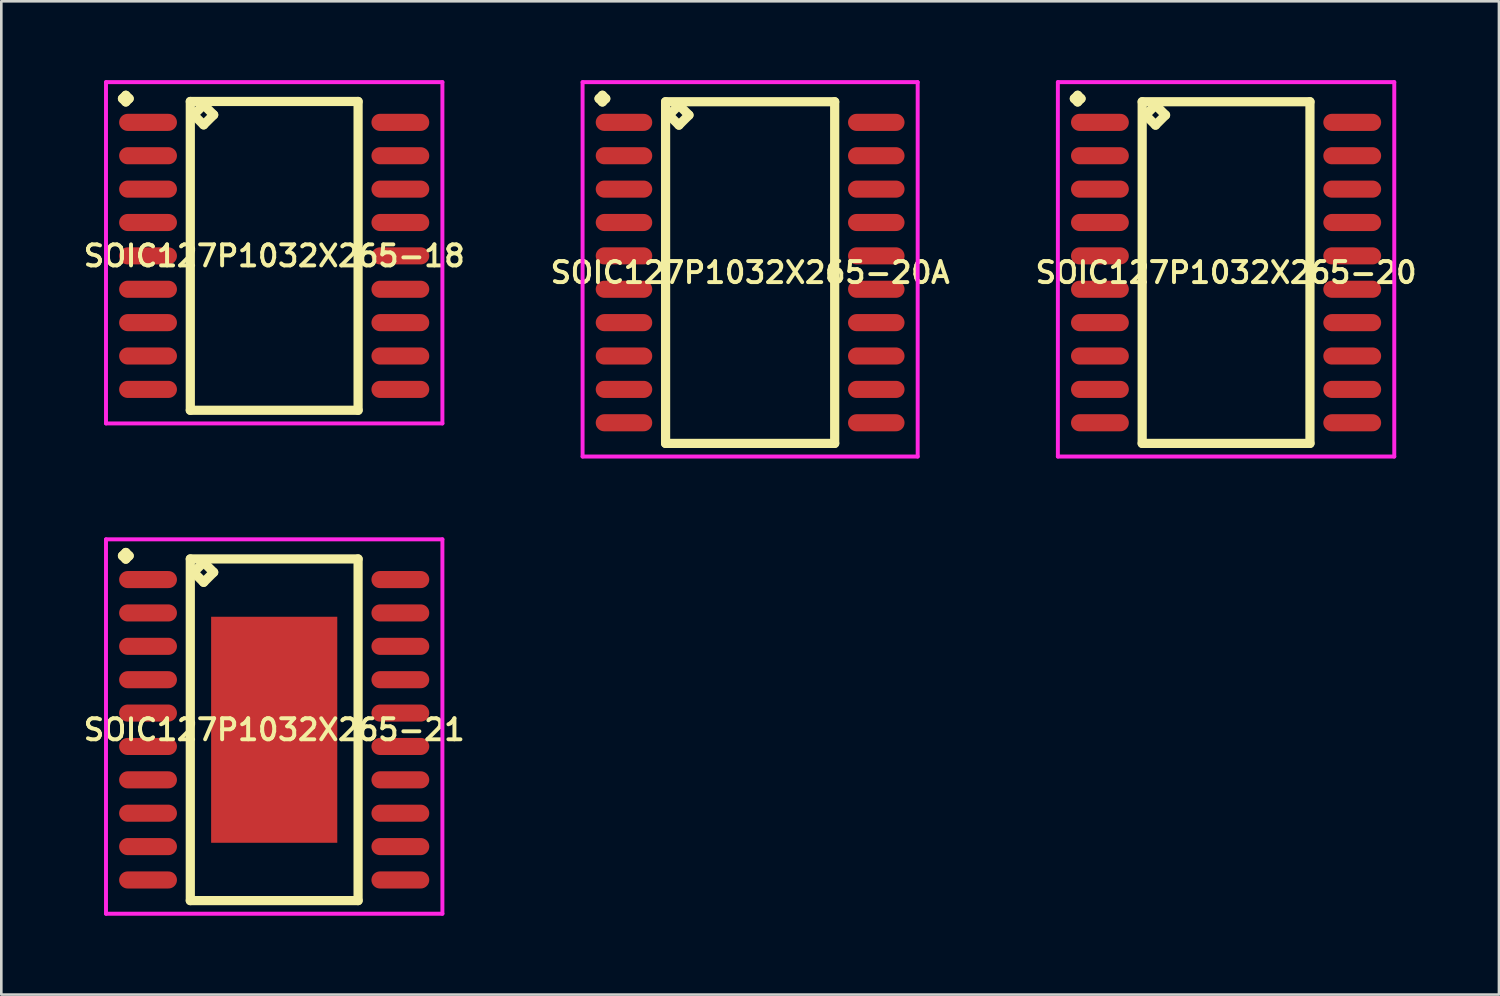
<source format=kicad_pcb>
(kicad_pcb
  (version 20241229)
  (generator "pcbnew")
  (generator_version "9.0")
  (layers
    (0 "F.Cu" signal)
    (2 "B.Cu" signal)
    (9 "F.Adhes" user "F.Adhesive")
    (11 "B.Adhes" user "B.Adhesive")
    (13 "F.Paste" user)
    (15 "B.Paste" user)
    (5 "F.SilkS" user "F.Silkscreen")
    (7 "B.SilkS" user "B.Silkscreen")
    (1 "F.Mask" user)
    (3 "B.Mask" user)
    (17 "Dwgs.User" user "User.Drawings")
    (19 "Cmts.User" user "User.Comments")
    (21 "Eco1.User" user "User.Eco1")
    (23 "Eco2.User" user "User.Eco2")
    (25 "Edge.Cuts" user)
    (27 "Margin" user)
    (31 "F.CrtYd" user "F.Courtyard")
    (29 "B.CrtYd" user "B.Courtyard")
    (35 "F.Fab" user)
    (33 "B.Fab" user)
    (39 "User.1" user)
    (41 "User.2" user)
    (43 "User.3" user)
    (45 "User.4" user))
  (footprint "SOIC127P1032X265-20A"
    (layer "F.Cu")
    (at 25.492 7.321)
    (property "Reference" "SOIC127P1032X265-20A" (at 0 0 0) (layer "F.SilkS") (effects (font (size 0.8 0.8) (thickness 0.15))))
    (attr smd)
    (fp_line (start -5.748 -6.619) (end -5.621 -6.746) (stroke (width 0.35) (type solid)) (layer "F.SilkS"))
    (fp_line (start -5.621 -6.746) (end -5.494 -6.619) (stroke (width 0.35) (type solid)) (layer "F.SilkS"))
    (fp_line (start -5.621 -6.492) (end -5.748 -6.619) (stroke (width 0.35) (type solid)) (layer "F.SilkS"))
    (fp_line (start -5.494 -6.619) (end -5.621 -6.492) (stroke (width 0.35) (type solid)) (layer "F.SilkS"))
    (fp_line (start -3.217 -6.5) (end -3.217 6.5) (stroke (width 0.35) (type solid)) (layer "F.SilkS"))
    (fp_line (start -3.217 6.5) (end 3.217 6.5) (stroke (width 0.35) (type solid)) (layer "F.SilkS"))
    (fp_line (start -3.09 -5.992) (end -2.709 -6.373) (stroke (width 0.35) (type solid)) (layer "F.SilkS"))
    (fp_line (start -2.709 -6.373) (end -2.328 -5.992) (stroke (width 0.35) (type solid)) (layer "F.SilkS"))
    (fp_line (start -2.709 -5.611) (end -3.09 -5.992) (stroke (width 0.35) (type solid)) (layer "F.SilkS"))
    (fp_line (start -2.328 -5.992) (end -2.709 -5.611) (stroke (width 0.35) (type solid)) (layer "F.SilkS"))
    (fp_line (start 3.217 -6.5) (end -3.217 -6.5) (stroke (width 0.35) (type solid)) (layer "F.SilkS"))
    (fp_line (start 3.217 6.5) (end 3.217 -6.5) (stroke (width 0.35) (type solid)) (layer "F.SilkS"))
    (fp_line (start -6.375 -7.246) (end 6.375 -7.246) (stroke (width 0.15) (type solid)) (layer "F.CrtYd"))
    (fp_line (start -6.375 7) (end -6.375 -7.246) (stroke (width 0.15) (type solid)) (layer "F.CrtYd"))
    (fp_line (start 6.375 -7.246) (end 6.375 7) (stroke (width 0.15) (type solid)) (layer "F.CrtYd"))
    (fp_line (start 6.375 7) (end -6.375 7) (stroke (width 0.15) (type solid)) (layer "F.CrtYd"))
    (pad "1" smd oval (at -4.8 -5.715) (size 2.15 0.65) (layers "F.Cu" "F.Mask" "F.Paste"))
    (pad "2" smd oval (at -4.8 -4.445) (size 2.15 0.65) (layers "F.Cu" "F.Mask" "F.Paste"))
    (pad "3" smd oval (at -4.8 -3.175) (size 2.15 0.65) (layers "F.Cu" "F.Mask" "F.Paste"))
    (pad "4" smd oval (at -4.8 -1.905) (size 2.15 0.65) (layers "F.Cu" "F.Mask" "F.Paste"))
    (pad "5" smd oval (at -4.8 -0.635) (size 2.15 0.65) (layers "F.Cu" "F.Mask" "F.Paste"))
    (pad "6" smd oval (at -4.8 0.635) (size 2.15 0.65) (layers "F.Cu" "F.Mask" "F.Paste"))
    (pad "7" smd oval (at -4.8 1.905) (size 2.15 0.65) (layers "F.Cu" "F.Mask" "F.Paste"))
    (pad "8" smd oval (at -4.8 3.175) (size 2.15 0.65) (layers "F.Cu" "F.Mask" "F.Paste"))
    (pad "9" smd oval (at -4.8 4.445) (size 2.15 0.65) (layers "F.Cu" "F.Mask" "F.Paste"))
    (pad "10" smd oval (at -4.8 5.715) (size 2.15 0.65) (layers "F.Cu" "F.Mask" "F.Paste"))
    (pad "11" smd oval (at 4.8 5.715) (size 2.15 0.65) (layers "F.Cu" "F.Mask" "F.Paste"))
    (pad "12" smd oval (at 4.8 4.445) (size 2.15 0.65) (layers "F.Cu" "F.Mask" "F.Paste"))
    (pad "13" smd oval (at 4.8 3.175) (size 2.15 0.65) (layers "F.Cu" "F.Mask" "F.Paste"))
    (pad "14" smd oval (at 4.8 1.905) (size 2.15 0.65) (layers "F.Cu" "F.Mask" "F.Paste"))
    (pad "15" smd oval (at 4.8 0.635) (size 2.15 0.65) (layers "F.Cu" "F.Mask" "F.Paste"))
    (pad "16" smd oval (at 4.8 -0.635) (size 2.15 0.65) (layers "F.Cu" "F.Mask" "F.Paste"))
    (pad "17" smd oval (at 4.8 -1.905) (size 2.15 0.65) (layers "F.Cu" "F.Mask" "F.Paste"))
    (pad "18" smd oval (at 4.8 -3.175) (size 2.15 0.65) (layers "F.Cu" "F.Mask" "F.Paste"))
    (pad "19" smd oval (at 4.8 -4.445) (size 2.15 0.65) (layers "F.Cu" "F.Mask" "F.Paste"))
    (pad "20" smd oval (at 4.8 -5.715) (size 2.15 0.65) (layers "F.Cu" "F.Mask" "F.Paste")))
  (footprint "SOIC127P1032X265-18"
    (layer "F.Cu")
    (at 7.383 6.686)
    (property "Reference" "SOIC127P1032X265-18" (at 0 0 0) (layer "F.SilkS") (effects (font (size 0.8 0.8) (thickness 0.15))))
    (attr smd)
    (fp_line (start -5.773 -5.984) (end -5.646 -6.111) (stroke (width 0.35) (type solid)) (layer "F.SilkS"))
    (fp_line (start -5.646 -6.111) (end -5.519 -5.984) (stroke (width 0.35) (type solid)) (layer "F.SilkS"))
    (fp_line (start -5.646 -5.857) (end -5.773 -5.984) (stroke (width 0.35) (type solid)) (layer "F.SilkS"))
    (fp_line (start -5.519 -5.984) (end -5.646 -5.857) (stroke (width 0.35) (type solid)) (layer "F.SilkS"))
    (fp_line (start -3.192 -5.875) (end -3.192 5.875) (stroke (width 0.35) (type solid)) (layer "F.SilkS"))
    (fp_line (start -3.192 5.875) (end 3.192 5.875) (stroke (width 0.35) (type solid)) (layer "F.SilkS"))
    (fp_line (start -3.065 -5.367) (end -2.684 -5.748) (stroke (width 0.35) (type solid)) (layer "F.SilkS"))
    (fp_line (start -2.684 -5.748) (end -2.303 -5.367) (stroke (width 0.35) (type solid)) (layer "F.SilkS"))
    (fp_line (start -2.684 -4.986) (end -3.065 -5.367) (stroke (width 0.35) (type solid)) (layer "F.SilkS"))
    (fp_line (start -2.303 -5.367) (end -2.684 -4.986) (stroke (width 0.35) (type solid)) (layer "F.SilkS"))
    (fp_line (start 3.192 -5.875) (end -3.192 -5.875) (stroke (width 0.35) (type solid)) (layer "F.SilkS"))
    (fp_line (start 3.192 5.875) (end 3.192 -5.875) (stroke (width 0.35) (type solid)) (layer "F.SilkS"))
    (fp_line (start -6.4 -6.611) (end 6.4 -6.611) (stroke (width 0.15) (type solid)) (layer "F.CrtYd"))
    (fp_line (start -6.4 6.375) (end -6.4 -6.611) (stroke (width 0.15) (type solid)) (layer "F.CrtYd"))
    (fp_line (start 6.4 -6.611) (end 6.4 6.375) (stroke (width 0.15) (type solid)) (layer "F.CrtYd"))
    (fp_line (start 6.4 6.375) (end -6.4 6.375) (stroke (width 0.15) (type solid)) (layer "F.CrtYd"))
    (pad "1" smd oval (at -4.8 -5.08) (size 2.2 0.65) (layers "F.Cu" "F.Mask" "F.Paste"))
    (pad "2" smd oval (at -4.8 -3.81) (size 2.2 0.65) (layers "F.Cu" "F.Mask" "F.Paste"))
    (pad "3" smd oval (at -4.8 -2.54) (size 2.2 0.65) (layers "F.Cu" "F.Mask" "F.Paste"))
    (pad "4" smd oval (at -4.8 -1.27) (size 2.2 0.65) (layers "F.Cu" "F.Mask" "F.Paste"))
    (pad "5" smd oval (at -4.8 0) (size 2.2 0.65) (layers "F.Cu" "F.Mask" "F.Paste"))
    (pad "6" smd oval (at -4.8 1.27) (size 2.2 0.65) (layers "F.Cu" "F.Mask" "F.Paste"))
    (pad "7" smd oval (at -4.8 2.54) (size 2.2 0.65) (layers "F.Cu" "F.Mask" "F.Paste"))
    (pad "8" smd oval (at -4.8 3.81) (size 2.2 0.65) (layers "F.Cu" "F.Mask" "F.Paste"))
    (pad "9" smd oval (at -4.8 5.08) (size 2.2 0.65) (layers "F.Cu" "F.Mask" "F.Paste"))
    (pad "10" smd oval (at 4.8 5.08) (size 2.2 0.65) (layers "F.Cu" "F.Mask" "F.Paste"))
    (pad "11" smd oval (at 4.8 3.81) (size 2.2 0.65) (layers "F.Cu" "F.Mask" "F.Paste"))
    (pad "12" smd oval (at 4.8 2.54) (size 2.2 0.65) (layers "F.Cu" "F.Mask" "F.Paste"))
    (pad "13" smd oval (at 4.8 1.27) (size 2.2 0.65) (layers "F.Cu" "F.Mask" "F.Paste"))
    (pad "14" smd oval (at 4.8 0) (size 2.2 0.65) (layers "F.Cu" "F.Mask" "F.Paste"))
    (pad "15" smd oval (at 4.8 -1.27) (size 2.2 0.65) (layers "F.Cu" "F.Mask" "F.Paste"))
    (pad "16" smd oval (at 4.8 -2.54) (size 2.2 0.65) (layers "F.Cu" "F.Mask" "F.Paste"))
    (pad "17" smd oval (at 4.8 -3.81) (size 2.2 0.65) (layers "F.Cu" "F.Mask" "F.Paste"))
    (pad "18" smd oval (at 4.8 -5.08) (size 2.2 0.65) (layers "F.Cu" "F.Mask" "F.Paste")))
  (footprint "SOIC127P1032X265-21"
    (layer "F.Cu")
    (at 7.383 24.717)
    (property "Reference" "SOIC127P1032X265-21" (at 0 0 0) (layer "F.SilkS") (effects (font (size 0.8 0.8) (thickness 0.15))))
    (attr smd)
    (fp_line (start -5.773 -6.619) (end -5.646 -6.746) (stroke (width 0.35) (type solid)) (layer "F.SilkS"))
    (fp_line (start -5.646 -6.746) (end -5.519 -6.619) (stroke (width 0.35) (type solid)) (layer "F.SilkS"))
    (fp_line (start -5.646 -6.492) (end -5.773 -6.619) (stroke (width 0.35) (type solid)) (layer "F.SilkS"))
    (fp_line (start -5.519 -6.619) (end -5.646 -6.492) (stroke (width 0.35) (type solid)) (layer "F.SilkS"))
    (fp_line (start -3.192 -6.5) (end -3.192 6.5) (stroke (width 0.35) (type solid)) (layer "F.SilkS"))
    (fp_line (start -3.192 6.5) (end 3.192 6.5) (stroke (width 0.35) (type solid)) (layer "F.SilkS"))
    (fp_line (start -3.065 -5.992) (end -2.684 -6.373) (stroke (width 0.35) (type solid)) (layer "F.SilkS"))
    (fp_line (start -2.684 -6.373) (end -2.303 -5.992) (stroke (width 0.35) (type solid)) (layer "F.SilkS"))
    (fp_line (start -2.684 -5.611) (end -3.065 -5.992) (stroke (width 0.35) (type solid)) (layer "F.SilkS"))
    (fp_line (start -2.303 -5.992) (end -2.684 -5.611) (stroke (width 0.35) (type solid)) (layer "F.SilkS"))
    (fp_line (start 3.192 -6.5) (end -3.192 -6.5) (stroke (width 0.35) (type solid)) (layer "F.SilkS"))
    (fp_line (start 3.192 6.5) (end 3.192 -6.5) (stroke (width 0.35) (type solid)) (layer "F.SilkS"))
    (fp_line (start -6.4 -7.246) (end 6.4 -7.246) (stroke (width 0.15) (type solid)) (layer "F.CrtYd"))
    (fp_line (start -6.4 7) (end -6.4 -7.246) (stroke (width 0.15) (type solid)) (layer "F.CrtYd"))
    (fp_line (start 6.4 -7.246) (end 6.4 7) (stroke (width 0.15) (type solid)) (layer "F.CrtYd"))
    (fp_line (start 6.4 7) (end -6.4 7) (stroke (width 0.15) (type solid)) (layer "F.CrtYd"))
    (pad "1" smd oval (at -4.8 -5.715) (size 2.2 0.65) (layers "F.Cu" "F.Mask" "F.Paste"))
    (pad "2" smd oval (at -4.8 -4.445) (size 2.2 0.65) (layers "F.Cu" "F.Mask" "F.Paste"))
    (pad "3" smd oval (at -4.8 -3.175) (size 2.2 0.65) (layers "F.Cu" "F.Mask" "F.Paste"))
    (pad "4" smd oval (at -4.8 -1.905) (size 2.2 0.65) (layers "F.Cu" "F.Mask" "F.Paste"))
    (pad "5" smd oval (at -4.8 -0.635) (size 2.2 0.65) (layers "F.Cu" "F.Mask" "F.Paste"))
    (pad "6" smd oval (at -4.8 0.635) (size 2.2 0.65) (layers "F.Cu" "F.Mask" "F.Paste"))
    (pad "7" smd oval (at -4.8 1.905) (size 2.2 0.65) (layers "F.Cu" "F.Mask" "F.Paste"))
    (pad "8" smd oval (at -4.8 3.175) (size 2.2 0.65) (layers "F.Cu" "F.Mask" "F.Paste"))
    (pad "9" smd oval (at -4.8 4.445) (size 2.2 0.65) (layers "F.Cu" "F.Mask" "F.Paste"))
    (pad "10" smd oval (at -4.8 5.715) (size 2.2 0.65) (layers "F.Cu" "F.Mask" "F.Paste"))
    (pad "11" smd oval (at 4.8 5.715) (size 2.2 0.65) (layers "F.Cu" "F.Mask" "F.Paste"))
    (pad "12" smd oval (at 4.8 4.445) (size 2.2 0.65) (layers "F.Cu" "F.Mask" "F.Paste"))
    (pad "13" smd oval (at 4.8 3.175) (size 2.2 0.65) (layers "F.Cu" "F.Mask" "F.Paste"))
    (pad "14" smd oval (at 4.8 1.905) (size 2.2 0.65) (layers "F.Cu" "F.Mask" "F.Paste"))
    (pad "15" smd oval (at 4.8 0.635) (size 2.2 0.65) (layers "F.Cu" "F.Mask" "F.Paste"))
    (pad "16" smd oval (at 4.8 -0.635) (size 2.2 0.65) (layers "F.Cu" "F.Mask" "F.Paste"))
    (pad "17" smd oval (at 4.8 -1.905) (size 2.2 0.65) (layers "F.Cu" "F.Mask" "F.Paste"))
    (pad "18" smd oval (at 4.8 -3.175) (size 2.2 0.65) (layers "F.Cu" "F.Mask" "F.Paste"))
    (pad "19" smd oval (at 4.8 -4.445) (size 2.2 0.65) (layers "F.Cu" "F.Mask" "F.Paste"))
    (pad "20" smd oval (at 4.8 -5.715) (size 2.2 0.65) (layers "F.Cu" "F.Mask" "F.Paste"))
    (pad "21" smd rect (at 0 0) (size 4.8 8.6) (layers "F.Cu" "F.Mask" "F.Paste")))
  (footprint "SOIC127P1032X265-20"
    (layer "F.Cu")
    (at 43.601 7.321)
    (property "Reference" "SOIC127P1032X265-20" (at 0 0 0) (layer "F.SilkS") (effects (font (size 0.8 0.8) (thickness 0.15))))
    (attr smd)
    (fp_line (start -5.773 -6.619) (end -5.646 -6.746) (stroke (width 0.35) (type solid)) (layer "F.SilkS"))
    (fp_line (start -5.646 -6.746) (end -5.519 -6.619) (stroke (width 0.35) (type solid)) (layer "F.SilkS"))
    (fp_line (start -5.646 -6.492) (end -5.773 -6.619) (stroke (width 0.35) (type solid)) (layer "F.SilkS"))
    (fp_line (start -5.519 -6.619) (end -5.646 -6.492) (stroke (width 0.35) (type solid)) (layer "F.SilkS"))
    (fp_line (start -3.192 -6.5) (end -3.192 6.5) (stroke (width 0.35) (type solid)) (layer "F.SilkS"))
    (fp_line (start -3.192 6.5) (end 3.192 6.5) (stroke (width 0.35) (type solid)) (layer "F.SilkS"))
    (fp_line (start -3.065 -5.992) (end -2.684 -6.373) (stroke (width 0.35) (type solid)) (layer "F.SilkS"))
    (fp_line (start -2.684 -6.373) (end -2.303 -5.992) (stroke (width 0.35) (type solid)) (layer "F.SilkS"))
    (fp_line (start -2.684 -5.611) (end -3.065 -5.992) (stroke (width 0.35) (type solid)) (layer "F.SilkS"))
    (fp_line (start -2.303 -5.992) (end -2.684 -5.611) (stroke (width 0.35) (type solid)) (layer "F.SilkS"))
    (fp_line (start 3.192 -6.5) (end -3.192 -6.5) (stroke (width 0.35) (type solid)) (layer "F.SilkS"))
    (fp_line (start 3.192 6.5) (end 3.192 -6.5) (stroke (width 0.35) (type solid)) (layer "F.SilkS"))
    (fp_line (start -6.4 -7.246) (end 6.4 -7.246) (stroke (width 0.15) (type solid)) (layer "F.CrtYd"))
    (fp_line (start -6.4 7) (end -6.4 -7.246) (stroke (width 0.15) (type solid)) (layer "F.CrtYd"))
    (fp_line (start 6.4 -7.246) (end 6.4 7) (stroke (width 0.15) (type solid)) (layer "F.CrtYd"))
    (fp_line (start 6.4 7) (end -6.4 7) (stroke (width 0.15) (type solid)) (layer "F.CrtYd"))
    (pad "1" smd oval (at -4.8 -5.715) (size 2.2 0.65) (layers "F.Cu" "F.Mask" "F.Paste"))
    (pad "2" smd oval (at -4.8 -4.445) (size 2.2 0.65) (layers "F.Cu" "F.Mask" "F.Paste"))
    (pad "3" smd oval (at -4.8 -3.175) (size 2.2 0.65) (layers "F.Cu" "F.Mask" "F.Paste"))
    (pad "4" smd oval (at -4.8 -1.905) (size 2.2 0.65) (layers "F.Cu" "F.Mask" "F.Paste"))
    (pad "5" smd oval (at -4.8 -0.635) (size 2.2 0.65) (layers "F.Cu" "F.Mask" "F.Paste"))
    (pad "6" smd oval (at -4.8 0.635) (size 2.2 0.65) (layers "F.Cu" "F.Mask" "F.Paste"))
    (pad "7" smd oval (at -4.8 1.905) (size 2.2 0.65) (layers "F.Cu" "F.Mask" "F.Paste"))
    (pad "8" smd oval (at -4.8 3.175) (size 2.2 0.65) (layers "F.Cu" "F.Mask" "F.Paste"))
    (pad "9" smd oval (at -4.8 4.445) (size 2.2 0.65) (layers "F.Cu" "F.Mask" "F.Paste"))
    (pad "10" smd oval (at -4.8 5.715) (size 2.2 0.65) (layers "F.Cu" "F.Mask" "F.Paste"))
    (pad "11" smd oval (at 4.8 5.715) (size 2.2 0.65) (layers "F.Cu" "F.Mask" "F.Paste"))
    (pad "12" smd oval (at 4.8 4.445) (size 2.2 0.65) (layers "F.Cu" "F.Mask" "F.Paste"))
    (pad "13" smd oval (at 4.8 3.175) (size 2.2 0.65) (layers "F.Cu" "F.Mask" "F.Paste"))
    (pad "14" smd oval (at 4.8 1.905) (size 2.2 0.65) (layers "F.Cu" "F.Mask" "F.Paste"))
    (pad "15" smd oval (at 4.8 0.635) (size 2.2 0.65) (layers "F.Cu" "F.Mask" "F.Paste"))
    (pad "16" smd oval (at 4.8 -0.635) (size 2.2 0.65) (layers "F.Cu" "F.Mask" "F.Paste"))
    (pad "17" smd oval (at 4.8 -1.905) (size 2.2 0.65) (layers "F.Cu" "F.Mask" "F.Paste"))
    (pad "18" smd oval (at 4.8 -3.175) (size 2.2 0.65) (layers "F.Cu" "F.Mask" "F.Paste"))
    (pad "19" smd oval (at 4.8 -4.445) (size 2.2 0.65) (layers "F.Cu" "F.Mask" "F.Paste"))
    (pad "20" smd oval (at 4.8 -5.715) (size 2.2 0.65) (layers "F.Cu" "F.Mask" "F.Paste")))
  (gr_rect
    (start -3 -3)
    (end 53.984 34.792)
    (stroke (width 0.1) (type default))
    (fill no)
    (layer "Edge.Cuts")))
</source>
